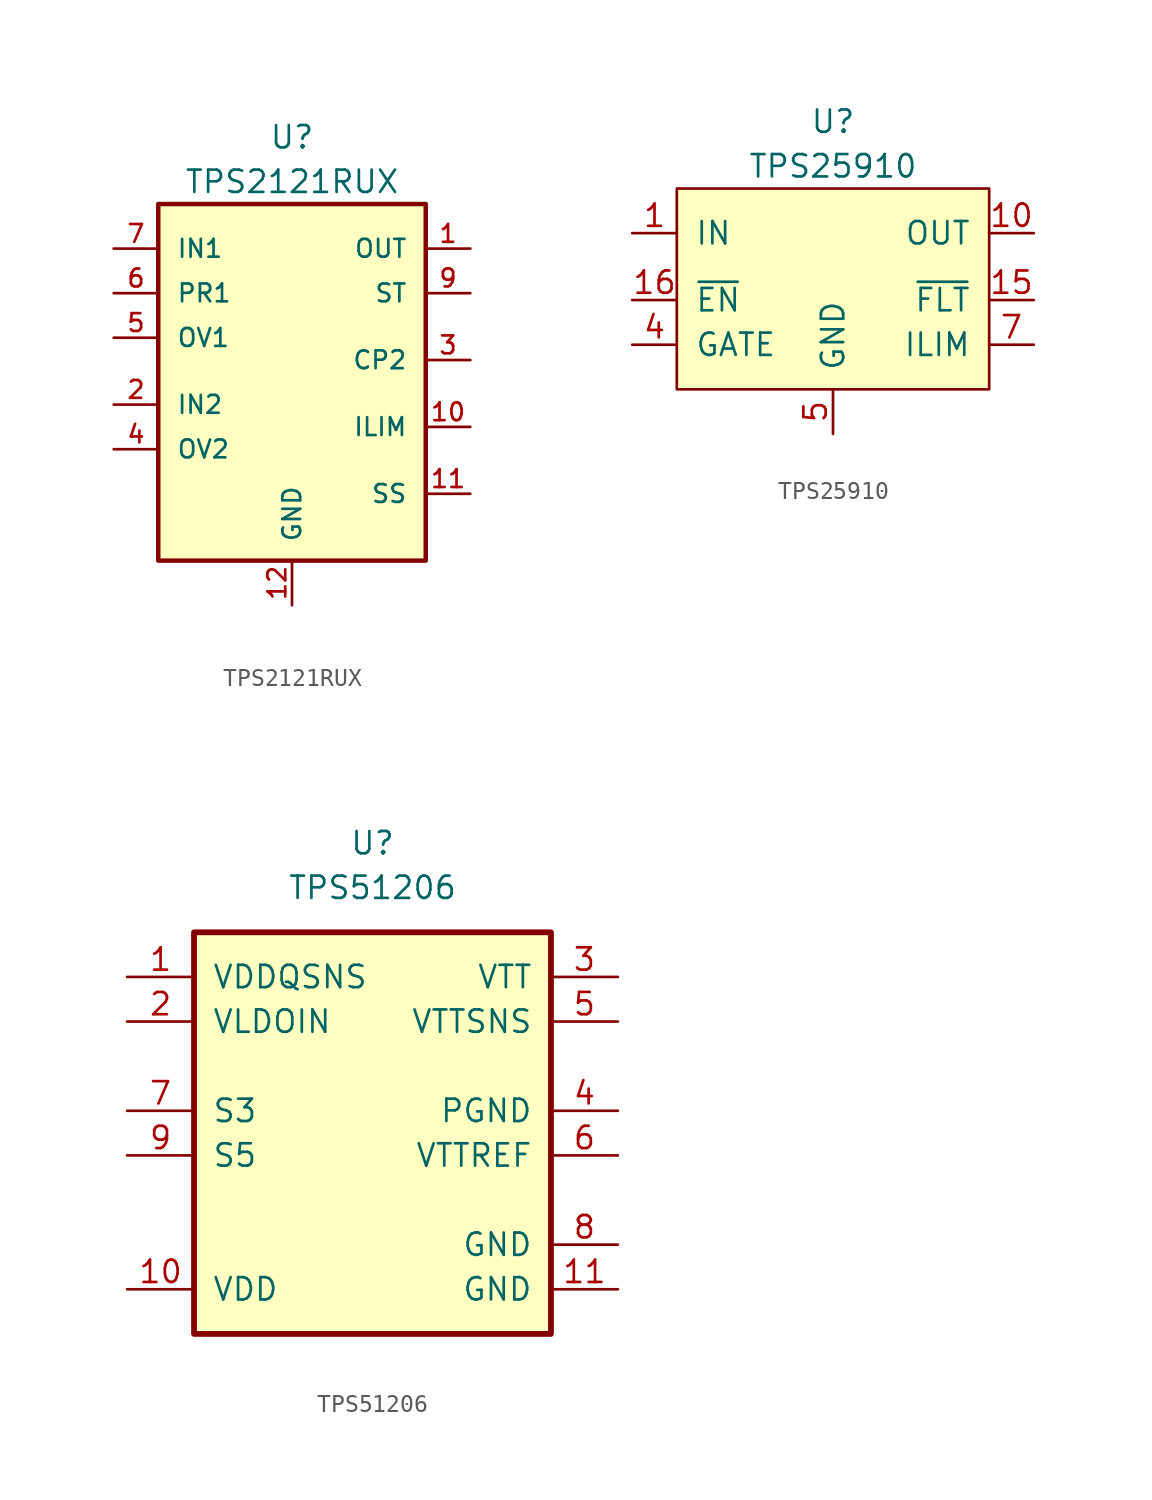
<source format=kicad_sym>
(kicad_symbol_lib
  (version 20201005)
  (generator kicad_symbol_editor)
  (symbol "TPS2121RUX"
    (pin_names
      (offset 1.016))
    (property "Reference" "U"
      (at 0 13.97 0)
      (effects (font (size 1.27 1.27))))
    (property "Value" "TPS2121RUX"
      (at 0 11.43 0)
      (effects (font (size 1.27 1.27))))
    (symbol "TPS2121RUX_0_0"
      (rectangle (start -7.62 10.16) (end 7.62 -10.16) (stroke (width 0.254)) (fill (type background)))
      (pin output line (at 10.16 7.62 180) (length 2.54) (name "OUT" (effects (font (size 1.016 1.016)))) (number "1" (effects (font (size 1.016 1.016)))))
      (pin passive line (at 10.16 -2.54 180) (length 2.54) (name "ILIM" (effects (font (size 1.016 1.016)))) (number "10" (effects (font (size 1.016 1.016)))))
      (pin passive line (at 10.16 -6.35 180) (length 2.54) (name "SS" (effects (font (size 1.016 1.016)))) (number "11" (effects (font (size 1.016 1.016)))))
      (pin power_in line (at 0 -12.7 90) (length 2.54) (name "GND" (effects (font (size 1.016 1.016)))) (number "12" (effects (font (size 1.016 1.016)))))
      (pin input line (at -10.16 -1.27 0) (length 2.54) (name "IN2" (effects (font (size 1.016 1.016)))) (number "2" (effects (font (size 1.016 1.016)))))
      (pin input line (at 10.16 1.27 180) (length 2.54) (name "CP2" (effects (font (size 1.016 1.016)))) (number "3" (effects (font (size 1.016 1.016)))))
      (pin input line (at -10.16 -3.81 0) (length 2.54) (name "OV2" (effects (font (size 1.016 1.016)))) (number "4" (effects (font (size 1.016 1.016)))))
      (pin input line (at -10.16 2.54 0) (length 2.54) (name "OV1" (effects (font (size 1.016 1.016)))) (number "5" (effects (font (size 1.016 1.016)))))
      (pin input line (at -10.16 5.08 0) (length 2.54) (name "PR1" (effects (font (size 1.016 1.016)))) (number "6" (effects (font (size 1.016 1.016)))))
      (pin input line (at -10.16 7.62 0) (length 2.54) (name "IN1" (effects (font (size 1.016 1.016)))) (number "7" (effects (font (size 1.016 1.016)))))
      (pin output line (at 10.16 7.62 180) (length 2.54) hide (name "OUT" (effects (font (size 1.016 1.016)))) (number "8" (effects (font (size 1.016 1.016)))))
      (pin output line (at 10.16 5.08 180) (length 2.54) (name "ST" (effects (font (size 1.016 1.016)))) (number "9" (effects (font (size 1.016 1.016)))))))
  (symbol "TPS25910"
    (pin_names
      (offset 1.016))
    (property "Reference" "U"
      (at 0 15.24 0)
      (effects (font (size 1.27 1.27))))
    (property "Value" "TPS25910"
      (at 0 12.7 0)
      (effects (font (size 1.27 1.27))))
    (symbol "TPS25910_0_1"
      (rectangle (start -8.89 11.43) (end 8.89 0) (stroke (width 0)) (fill (type background))))
    (symbol "TPS25910_1_1"
      (pin power_in line (at -11.43 8.89 0) (length 2.54) (name "IN" (effects (font (size 1.27 1.27)))) (number "1" (effects (font (size 1.27 1.27)))))
      (pin power_out line (at 11.43 8.89 180) (length 2.54) (name "OUT" (effects (font (size 1.27 1.27)))) (number "10" (effects (font (size 1.27 1.27)))))
      (pin power_out line (at 11.43 8.89 180) (length 2.54) hide (name "OUT" (effects (font (size 1.27 1.27)))) (number "11" (effects (font (size 1.27 1.27)))))
      (pin power_out line (at 11.43 8.89 180) (length 2.54) hide (name "OUT" (effects (font (size 1.27 1.27)))) (number "12" (effects (font (size 1.27 1.27)))))
      (pin power_in line (at 0 -2.54 90) (length 2.54) hide (name "GND" (effects (font (size 1.27 1.27)))) (number "13" (effects (font (size 1.27 1.27)))))
      (pin power_in line (at 0 -2.54 90) (length 2.54) hide (name "GND" (effects (font (size 1.27 1.27)))) (number "14" (effects (font (size 1.27 1.27)))))
      (pin output line (at 11.43 5.08 180) (length 2.54) (name "~FLT" (effects (font (size 1.27 1.27)))) (number "15" (effects (font (size 1.27 1.27)))))
      (pin input line (at -11.43 5.08 0) (length 2.54) (name "~EN" (effects (font (size 1.27 1.27)))) (number "16" (effects (font (size 1.27 1.27)))))
      (pin power_in line (at 0 -2.54 90) (length 2.54) hide (name "EPAD" (effects (font (size 1.27 1.27)))) (number "17" (effects (font (size 1.27 1.27)))))
      (pin power_in line (at -11.43 8.89 0) (length 2.54) hide (name "IN" (effects (font (size 1.27 1.27)))) (number "2" (effects (font (size 1.27 1.27)))))
      (pin power_in line (at -11.43 8.89 0) (length 2.54) hide (name "IN" (effects (font (size 1.27 1.27)))) (number "3" (effects (font (size 1.27 1.27)))))
      (pin output line (at -11.43 2.54 0) (length 2.54) (name "GATE" (effects (font (size 1.27 1.27)))) (number "4" (effects (font (size 1.27 1.27)))))
      (pin power_in line (at 0 -2.54 90) (length 2.54) (name "GND" (effects (font (size 1.27 1.27)))) (number "5" (effects (font (size 1.27 1.27)))))
      (pin power_in line (at 0 -2.54 90) (length 2.54) hide (name "GND" (effects (font (size 1.27 1.27)))) (number "6" (effects (font (size 1.27 1.27)))))
      (pin passive line (at 11.43 2.54 180) (length 2.54) (name "ILIM" (effects (font (size 1.27 1.27)))) (number "7" (effects (font (size 1.27 1.27)))))
      (pin power_in line (at 0 -2.54 90) (length 2.54) hide (name "GND" (effects (font (size 1.27 1.27)))) (number "8" (effects (font (size 1.27 1.27)))))
      (pin power_in line (at 0 -2.54 90) (length 2.54) hide (name "GND" (effects (font (size 1.27 1.27)))) (number "9" (effects (font (size 1.27 1.27)))))))
  (symbol "TPS51206"
    (pin_names
      (offset 1.016))
    (property "Reference" "U"
      (at 0 16.51 0)
      (effects (font (size 1.27 1.27))))
    (property "Value" "TPS51206"
      (at 0 13.97 0)
      (effects (font (size 1.27 1.27))))
    (symbol "TPS51206_0_1"
      (rectangle (start -10.16 11.43) (end 10.16 -11.43) (stroke (width 0.33)) (fill (type background))))
    (symbol "TPS51206_1_1"
      (pin power_in line (at -13.97 8.89 0) (length 3.81) (name "VDDQSNS" (effects (font (size 1.27 1.27)))) (number "1" (effects (font (size 1.27 1.27)))))
      (pin power_in line (at -13.97 -8.89 0) (length 3.81) (name "VDD" (effects (font (size 1.27 1.27)))) (number "10" (effects (font (size 1.27 1.27)))))
      (pin power_in line (at 13.97 -8.89 180) (length 3.81) (name "GND" (effects (font (size 1.27 1.27)))) (number "11" (effects (font (size 1.27 1.27)))))
      (pin power_in line (at -13.97 6.35 0) (length 3.81) (name "VLDOIN" (effects (font (size 1.27 1.27)))) (number "2" (effects (font (size 1.27 1.27)))))
      (pin power_out line (at 13.97 8.89 180) (length 3.81) (name "VTT" (effects (font (size 1.27 1.27)))) (number "3" (effects (font (size 1.27 1.27)))))
      (pin power_in line (at 13.97 1.27 180) (length 3.81) (name "PGND" (effects (font (size 1.27 1.27)))) (number "4" (effects (font (size 1.27 1.27)))))
      (pin power_out line (at 13.97 6.35 180) (length 3.81) (name "VTTSNS" (effects (font (size 1.27 1.27)))) (number "5" (effects (font (size 1.27 1.27)))))
      (pin power_in line (at 13.97 -1.27 180) (length 3.81) (name "VTTREF" (effects (font (size 1.27 1.27)))) (number "6" (effects (font (size 1.27 1.27)))))
      (pin input line (at -13.97 1.27 0) (length 3.81) (name "S3" (effects (font (size 1.27 1.27)))) (number "7" (effects (font (size 1.27 1.27)))))
      (pin power_in line (at 13.97 -6.35 180) (length 3.81) (name "GND" (effects (font (size 1.27 1.27)))) (number "8" (effects (font (size 1.27 1.27)))))
      (pin input line (at -13.97 -1.27 0) (length 3.81) (name "S5" (effects (font (size 1.27 1.27)))) (number "9" (effects (font (size 1.27 1.27))))))))
</source>
